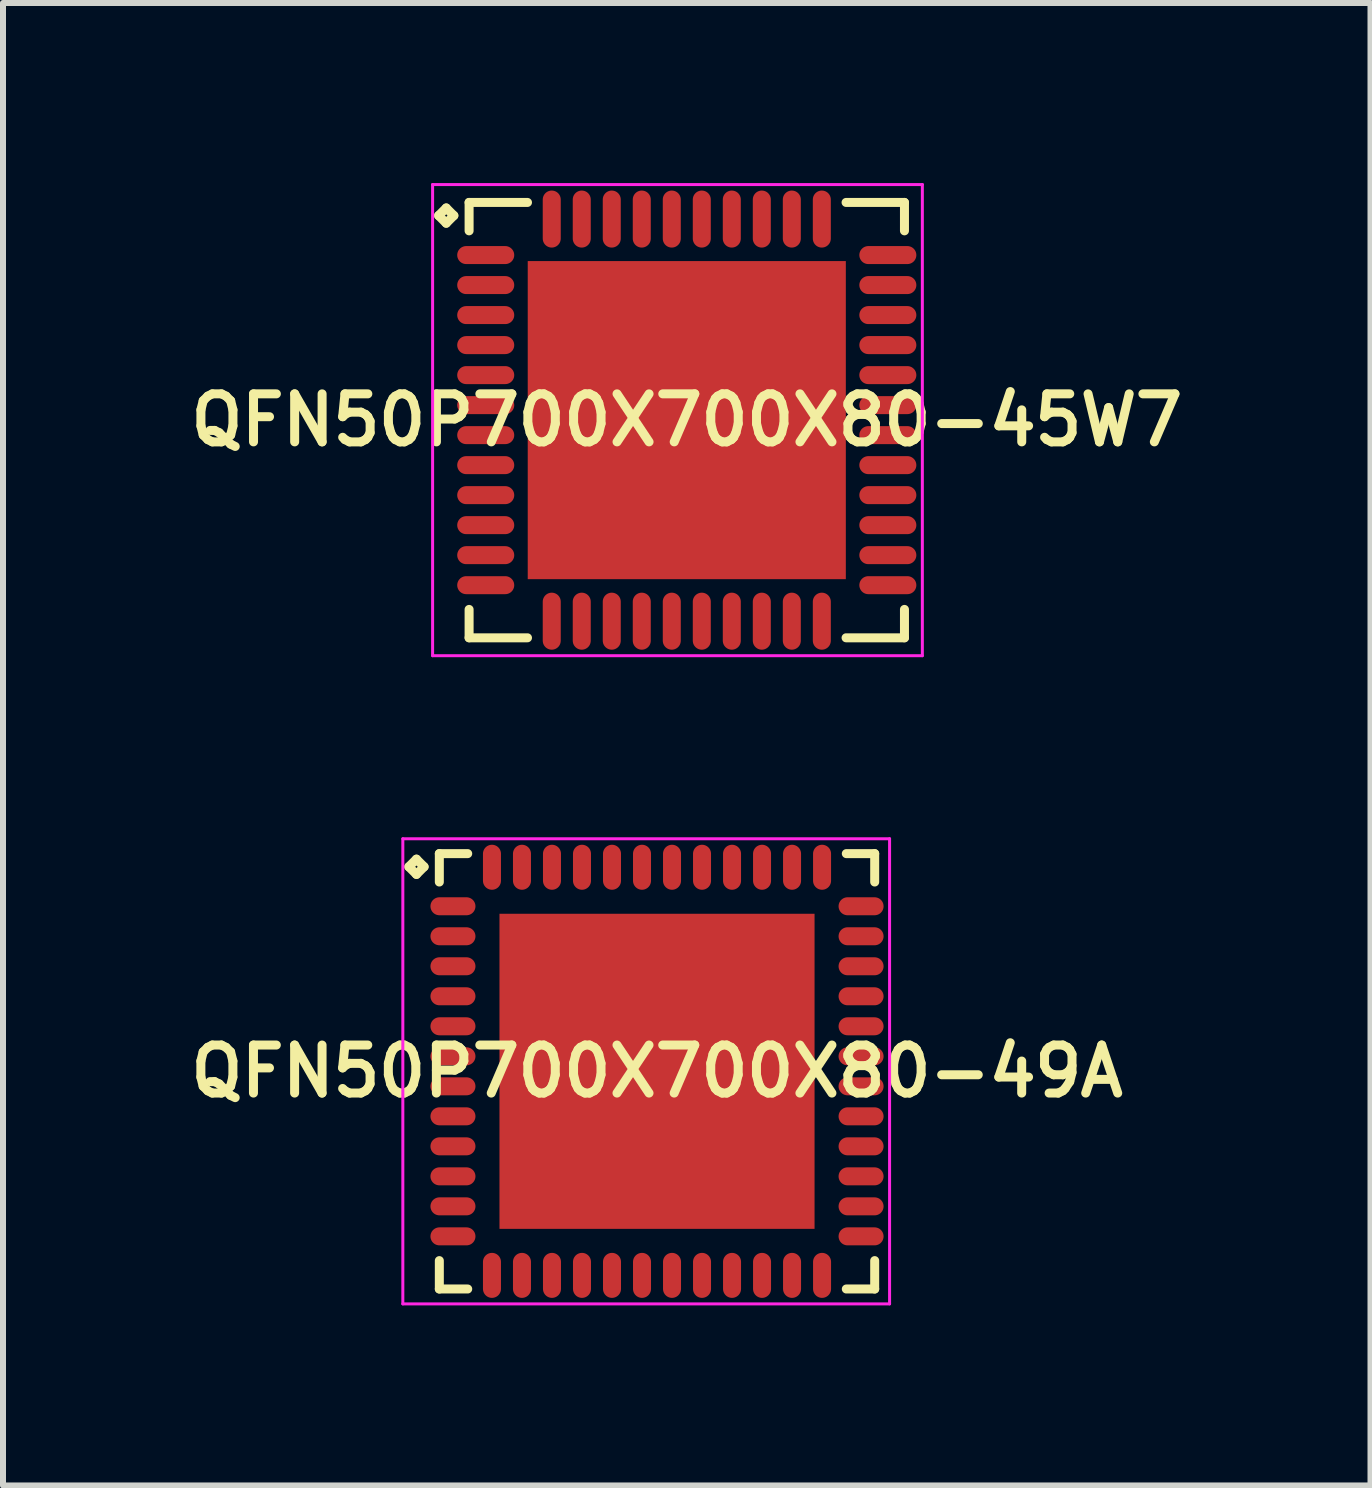
<source format=kicad_pcb>
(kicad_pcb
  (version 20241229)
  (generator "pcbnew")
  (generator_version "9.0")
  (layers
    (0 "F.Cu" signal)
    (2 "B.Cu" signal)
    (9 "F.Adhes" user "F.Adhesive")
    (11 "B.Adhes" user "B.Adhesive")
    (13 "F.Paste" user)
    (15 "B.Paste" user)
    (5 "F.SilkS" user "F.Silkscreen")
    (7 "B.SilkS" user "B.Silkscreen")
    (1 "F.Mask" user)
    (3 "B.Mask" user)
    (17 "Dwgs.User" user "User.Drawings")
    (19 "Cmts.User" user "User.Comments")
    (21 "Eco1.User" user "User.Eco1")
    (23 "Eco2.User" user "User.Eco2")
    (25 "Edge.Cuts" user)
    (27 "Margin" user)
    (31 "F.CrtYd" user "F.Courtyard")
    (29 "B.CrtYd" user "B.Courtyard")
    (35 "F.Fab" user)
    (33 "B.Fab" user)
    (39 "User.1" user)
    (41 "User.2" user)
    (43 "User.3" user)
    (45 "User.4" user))
  (footprint "QFN50P700X700X80-45W7"
    (layer "F.Cu")
    (at 8.393 3.95)
    (property "Reference" "QFN50P700X700X80-45W7" (at 0 0 0) (layer "F.SilkS") (effects (font (size 0.8 0.8) (thickness 0.15))))
    (attr smd)
    (fp_line (start -4.135 -3.408) (end -4.008 -3.535) (stroke (width 0.15) (type solid)) (layer "F.SilkS"))
    (fp_line (start -4.008 -3.535) (end -3.881 -3.408) (stroke (width 0.15) (type solid)) (layer "F.SilkS"))
    (fp_line (start -4.008 -3.281) (end -4.135 -3.408) (stroke (width 0.15) (type solid)) (layer "F.SilkS"))
    (fp_line (start -3.881 -3.408) (end -4.008 -3.281) (stroke (width 0.15) (type solid)) (layer "F.SilkS"))
    (fp_line (start -3.627 -3.627) (end -2.654 -3.627) (stroke (width 0.15) (type solid)) (layer "F.SilkS"))
    (fp_line (start -3.627 -3.154) (end -3.627 -3.627) (stroke (width 0.15) (type solid)) (layer "F.SilkS"))
    (fp_line (start -3.627 3.154) (end -3.627 3.627) (stroke (width 0.15) (type solid)) (layer "F.SilkS"))
    (fp_line (start -3.627 3.627) (end -2.654 3.627) (stroke (width 0.15) (type solid)) (layer "F.SilkS"))
    (fp_line (start 2.654 -3.627) (end 3.627 -3.627) (stroke (width 0.15) (type solid)) (layer "F.SilkS"))
    (fp_line (start 2.654 3.627) (end 3.627 3.627) (stroke (width 0.15) (type solid)) (layer "F.SilkS"))
    (fp_line (start 3.627 -3.627) (end 3.627 -3.154) (stroke (width 0.15) (type solid)) (layer "F.SilkS"))
    (fp_line (start 3.627 3.627) (end 3.627 3.154) (stroke (width 0.15) (type solid)) (layer "F.SilkS"))
    (fp_line (start -4.235 -3.925) (end 3.925 -3.925) (stroke (width 0.05) (type solid)) (layer "F.CrtYd"))
    (fp_line (start -4.235 3.925) (end -4.235 -3.925) (stroke (width 0.05) (type solid)) (layer "F.CrtYd"))
    (fp_line (start 3.925 -3.925) (end 3.925 3.925) (stroke (width 0.05) (type solid)) (layer "F.CrtYd"))
    (fp_line (start 3.925 3.925) (end -4.235 3.925) (stroke (width 0.05) (type solid)) (layer "F.CrtYd"))
    (pad "1" smd oval (at -3.35 -2.75) (size 0.95 0.3) (layers "F.Cu" "F.Mask" "F.Paste"))
    (pad "2" smd oval (at -3.35 -2.25) (size 0.95 0.3) (layers "F.Cu" "F.Mask" "F.Paste"))
    (pad "3" smd oval (at -3.35 -1.75) (size 0.95 0.3) (layers "F.Cu" "F.Mask" "F.Paste"))
    (pad "4" smd oval (at -3.35 -1.25) (size 0.95 0.3) (layers "F.Cu" "F.Mask" "F.Paste"))
    (pad "5" smd oval (at -3.35 -0.75) (size 0.95 0.3) (layers "F.Cu" "F.Mask" "F.Paste"))
    (pad "6" smd oval (at -3.35 -0.25) (size 0.95 0.3) (layers "F.Cu" "F.Mask" "F.Paste"))
    (pad "7" smd oval (at -3.35 0.25) (size 0.95 0.3) (layers "F.Cu" "F.Mask" "F.Paste"))
    (pad "8" smd oval (at -3.35 0.75) (size 0.95 0.3) (layers "F.Cu" "F.Mask" "F.Paste"))
    (pad "9" smd oval (at -3.35 1.25) (size 0.95 0.3) (layers "F.Cu" "F.Mask" "F.Paste"))
    (pad "10" smd oval (at -3.35 1.75) (size 0.95 0.3) (layers "F.Cu" "F.Mask" "F.Paste"))
    (pad "11" smd oval (at -3.35 2.25) (size 0.95 0.3) (layers "F.Cu" "F.Mask" "F.Paste"))
    (pad "12" smd oval (at -3.35 2.75) (size 0.95 0.3) (layers "F.Cu" "F.Mask" "F.Paste"))
    (pad "13" smd oval (at -2.25 3.35) (size 0.3 0.95) (layers "F.Cu" "F.Mask" "F.Paste"))
    (pad "14" smd oval (at -1.75 3.35) (size 0.3 0.95) (layers "F.Cu" "F.Mask" "F.Paste"))
    (pad "15" smd oval (at -1.25 3.35) (size 0.3 0.95) (layers "F.Cu" "F.Mask" "F.Paste"))
    (pad "16" smd oval (at -0.75 3.35) (size 0.3 0.95) (layers "F.Cu" "F.Mask" "F.Paste"))
    (pad "17" smd oval (at -0.25 3.35) (size 0.3 0.95) (layers "F.Cu" "F.Mask" "F.Paste"))
    (pad "18" smd oval (at 0.25 3.35) (size 0.3 0.95) (layers "F.Cu" "F.Mask" "F.Paste"))
    (pad "19" smd oval (at 0.75 3.35) (size 0.3 0.95) (layers "F.Cu" "F.Mask" "F.Paste"))
    (pad "20" smd oval (at 1.25 3.35) (size 0.3 0.95) (layers "F.Cu" "F.Mask" "F.Paste"))
    (pad "21" smd oval (at 1.75 3.35) (size 0.3 0.95) (layers "F.Cu" "F.Mask" "F.Paste"))
    (pad "22" smd oval (at 2.25 3.35) (size 0.3 0.95) (layers "F.Cu" "F.Mask" "F.Paste"))
    (pad "23" smd oval (at 3.35 2.75) (size 0.95 0.3) (layers "F.Cu" "F.Mask" "F.Paste"))
    (pad "24" smd oval (at 3.35 2.25) (size 0.95 0.3) (layers "F.Cu" "F.Mask" "F.Paste"))
    (pad "25" smd oval (at 3.35 1.75) (size 0.95 0.3) (layers "F.Cu" "F.Mask" "F.Paste"))
    (pad "26" smd oval (at 3.35 1.25) (size 0.95 0.3) (layers "F.Cu" "F.Mask" "F.Paste"))
    (pad "27" smd oval (at 3.35 0.75) (size 0.95 0.3) (layers "F.Cu" "F.Mask" "F.Paste"))
    (pad "28" smd oval (at 3.35 0.25) (size 0.95 0.3) (layers "F.Cu" "F.Mask" "F.Paste"))
    (pad "29" smd oval (at 3.35 -0.25) (size 0.95 0.3) (layers "F.Cu" "F.Mask" "F.Paste"))
    (pad "30" smd oval (at 3.35 -0.75) (size 0.95 0.3) (layers "F.Cu" "F.Mask" "F.Paste"))
    (pad "31" smd oval (at 3.35 -1.25) (size 0.95 0.3) (layers "F.Cu" "F.Mask" "F.Paste"))
    (pad "32" smd oval (at 3.35 -1.75) (size 0.95 0.3) (layers "F.Cu" "F.Mask" "F.Paste"))
    (pad "33" smd oval (at 3.35 -2.25) (size 0.95 0.3) (layers "F.Cu" "F.Mask" "F.Paste"))
    (pad "34" smd oval (at 3.35 -2.75) (size 0.95 0.3) (layers "F.Cu" "F.Mask" "F.Paste"))
    (pad "35" smd oval (at 2.25 -3.35) (size 0.3 0.95) (layers "F.Cu" "F.Mask" "F.Paste"))
    (pad "36" smd oval (at 1.75 -3.35) (size 0.3 0.95) (layers "F.Cu" "F.Mask" "F.Paste"))
    (pad "37" smd oval (at 1.25 -3.35) (size 0.3 0.95) (layers "F.Cu" "F.Mask" "F.Paste"))
    (pad "38" smd oval (at 0.75 -3.35) (size 0.3 0.95) (layers "F.Cu" "F.Mask" "F.Paste"))
    (pad "39" smd oval (at 0.25 -3.35) (size 0.3 0.95) (layers "F.Cu" "F.Mask" "F.Paste"))
    (pad "40" smd oval (at -0.25 -3.35) (size 0.3 0.95) (layers "F.Cu" "F.Mask" "F.Paste"))
    (pad "41" smd oval (at -0.75 -3.35) (size 0.3 0.95) (layers "F.Cu" "F.Mask" "F.Paste"))
    (pad "42" smd oval (at -1.25 -3.35) (size 0.3 0.95) (layers "F.Cu" "F.Mask" "F.Paste"))
    (pad "43" smd oval (at -1.75 -3.35) (size 0.3 0.95) (layers "F.Cu" "F.Mask" "F.Paste"))
    (pad "44" smd oval (at -2.25 -3.35) (size 0.3 0.95) (layers "F.Cu" "F.Mask" "F.Paste"))
    (pad "45" smd rect (at 0 0) (size 5.3 5.3) (layers "F.Cu" "F.Mask" "F.Paste")))
  (footprint "QFN50P700X700X80-49A"
    (layer "F.Cu")
    (at 7.897 14.8)
    (property "Reference" "QFN50P700X700X80-49A" (at 0 0 0) (layer "F.SilkS") (effects (font (size 0.8 0.8) (thickness 0.15))))
    (attr smd)
    (fp_line (start -4.135 -3.408) (end -4.008 -3.535) (stroke (width 0.15) (type solid)) (layer "F.SilkS"))
    (fp_line (start -4.008 -3.535) (end -3.881 -3.408) (stroke (width 0.15) (type solid)) (layer "F.SilkS"))
    (fp_line (start -4.008 -3.281) (end -4.135 -3.408) (stroke (width 0.15) (type solid)) (layer "F.SilkS"))
    (fp_line (start -3.881 -3.408) (end -4.008 -3.281) (stroke (width 0.15) (type solid)) (layer "F.SilkS"))
    (fp_line (start -3.627 -3.627) (end -3.154 -3.627) (stroke (width 0.15) (type solid)) (layer "F.SilkS"))
    (fp_line (start -3.627 -3.154) (end -3.627 -3.627) (stroke (width 0.15) (type solid)) (layer "F.SilkS"))
    (fp_line (start -3.627 3.154) (end -3.627 3.627) (stroke (width 0.15) (type solid)) (layer "F.SilkS"))
    (fp_line (start -3.627 3.627) (end -3.154 3.627) (stroke (width 0.15) (type solid)) (layer "F.SilkS"))
    (fp_line (start 3.154 -3.627) (end 3.627 -3.627) (stroke (width 0.15) (type solid)) (layer "F.SilkS"))
    (fp_line (start 3.154 3.627) (end 3.627 3.627) (stroke (width 0.15) (type solid)) (layer "F.SilkS"))
    (fp_line (start 3.627 -3.627) (end 3.627 -3.154) (stroke (width 0.15) (type solid)) (layer "F.SilkS"))
    (fp_line (start 3.627 3.627) (end 3.627 3.154) (stroke (width 0.15) (type solid)) (layer "F.SilkS"))
    (fp_line (start -4.235 -3.875) (end 3.875 -3.875) (stroke (width 0.05) (type solid)) (layer "F.CrtYd"))
    (fp_line (start -4.235 3.875) (end -4.235 -3.875) (stroke (width 0.05) (type solid)) (layer "F.CrtYd"))
    (fp_line (start 3.875 -3.875) (end 3.875 3.875) (stroke (width 0.05) (type solid)) (layer "F.CrtYd"))
    (fp_line (start 3.875 3.875) (end -4.235 3.875) (stroke (width 0.05) (type solid)) (layer "F.CrtYd"))
    (pad "1" smd oval (at -3.4 -2.75) (size 0.75 0.3) (layers "F.Cu" "F.Mask" "F.Paste"))
    (pad "2" smd oval (at -3.4 -2.25) (size 0.75 0.3) (layers "F.Cu" "F.Mask" "F.Paste"))
    (pad "3" smd oval (at -3.4 -1.75) (size 0.75 0.3) (layers "F.Cu" "F.Mask" "F.Paste"))
    (pad "4" smd oval (at -3.4 -1.25) (size 0.75 0.3) (layers "F.Cu" "F.Mask" "F.Paste"))
    (pad "5" smd oval (at -3.4 -0.75) (size 0.75 0.3) (layers "F.Cu" "F.Mask" "F.Paste"))
    (pad "6" smd oval (at -3.4 -0.25) (size 0.75 0.3) (layers "F.Cu" "F.Mask" "F.Paste"))
    (pad "7" smd oval (at -3.4 0.25) (size 0.75 0.3) (layers "F.Cu" "F.Mask" "F.Paste"))
    (pad "8" smd oval (at -3.4 0.75) (size 0.75 0.3) (layers "F.Cu" "F.Mask" "F.Paste"))
    (pad "9" smd oval (at -3.4 1.25) (size 0.75 0.3) (layers "F.Cu" "F.Mask" "F.Paste"))
    (pad "10" smd oval (at -3.4 1.75) (size 0.75 0.3) (layers "F.Cu" "F.Mask" "F.Paste"))
    (pad "11" smd oval (at -3.4 2.25) (size 0.75 0.3) (layers "F.Cu" "F.Mask" "F.Paste"))
    (pad "12" smd oval (at -3.4 2.75) (size 0.75 0.3) (layers "F.Cu" "F.Mask" "F.Paste"))
    (pad "13" smd oval (at -2.75 3.4) (size 0.3 0.75) (layers "F.Cu" "F.Mask" "F.Paste"))
    (pad "14" smd oval (at -2.25 3.4) (size 0.3 0.75) (layers "F.Cu" "F.Mask" "F.Paste"))
    (pad "15" smd oval (at -1.75 3.4) (size 0.3 0.75) (layers "F.Cu" "F.Mask" "F.Paste"))
    (pad "16" smd oval (at -1.25 3.4) (size 0.3 0.75) (layers "F.Cu" "F.Mask" "F.Paste"))
    (pad "17" smd oval (at -0.75 3.4) (size 0.3 0.75) (layers "F.Cu" "F.Mask" "F.Paste"))
    (pad "18" smd oval (at -0.25 3.4) (size 0.3 0.75) (layers "F.Cu" "F.Mask" "F.Paste"))
    (pad "19" smd oval (at 0.25 3.4) (size 0.3 0.75) (layers "F.Cu" "F.Mask" "F.Paste"))
    (pad "20" smd oval (at 0.75 3.4) (size 0.3 0.75) (layers "F.Cu" "F.Mask" "F.Paste"))
    (pad "21" smd oval (at 1.25 3.4) (size 0.3 0.75) (layers "F.Cu" "F.Mask" "F.Paste"))
    (pad "22" smd oval (at 1.75 3.4) (size 0.3 0.75) (layers "F.Cu" "F.Mask" "F.Paste"))
    (pad "23" smd oval (at 2.25 3.4) (size 0.3 0.75) (layers "F.Cu" "F.Mask" "F.Paste"))
    (pad "24" smd oval (at 2.75 3.4) (size 0.3 0.75) (layers "F.Cu" "F.Mask" "F.Paste"))
    (pad "25" smd oval (at 3.4 2.75) (size 0.75 0.3) (layers "F.Cu" "F.Mask" "F.Paste"))
    (pad "26" smd oval (at 3.4 2.25) (size 0.75 0.3) (layers "F.Cu" "F.Mask" "F.Paste"))
    (pad "27" smd oval (at 3.4 1.75) (size 0.75 0.3) (layers "F.Cu" "F.Mask" "F.Paste"))
    (pad "28" smd oval (at 3.4 1.25) (size 0.75 0.3) (layers "F.Cu" "F.Mask" "F.Paste"))
    (pad "29" smd oval (at 3.4 0.75) (size 0.75 0.3) (layers "F.Cu" "F.Mask" "F.Paste"))
    (pad "30" smd oval (at 3.4 0.25) (size 0.75 0.3) (layers "F.Cu" "F.Mask" "F.Paste"))
    (pad "31" smd oval (at 3.4 -0.25) (size 0.75 0.3) (layers "F.Cu" "F.Mask" "F.Paste"))
    (pad "32" smd oval (at 3.4 -0.75) (size 0.75 0.3) (layers "F.Cu" "F.Mask" "F.Paste"))
    (pad "33" smd oval (at 3.4 -1.25) (size 0.75 0.3) (layers "F.Cu" "F.Mask" "F.Paste"))
    (pad "34" smd oval (at 3.4 -1.75) (size 0.75 0.3) (layers "F.Cu" "F.Mask" "F.Paste"))
    (pad "35" smd oval (at 3.4 -2.25) (size 0.75 0.3) (layers "F.Cu" "F.Mask" "F.Paste"))
    (pad "36" smd oval (at 3.4 -2.75) (size 0.75 0.3) (layers "F.Cu" "F.Mask" "F.Paste"))
    (pad "37" smd oval (at 2.75 -3.4) (size 0.3 0.75) (layers "F.Cu" "F.Mask" "F.Paste"))
    (pad "38" smd oval (at 2.25 -3.4) (size 0.3 0.75) (layers "F.Cu" "F.Mask" "F.Paste"))
    (pad "39" smd oval (at 1.75 -3.4) (size 0.3 0.75) (layers "F.Cu" "F.Mask" "F.Paste"))
    (pad "40" smd oval (at 1.25 -3.4) (size 0.3 0.75) (layers "F.Cu" "F.Mask" "F.Paste"))
    (pad "41" smd oval (at 0.75 -3.4) (size 0.3 0.75) (layers "F.Cu" "F.Mask" "F.Paste"))
    (pad "42" smd oval (at 0.25 -3.4) (size 0.3 0.75) (layers "F.Cu" "F.Mask" "F.Paste"))
    (pad "43" smd oval (at -0.25 -3.4) (size 0.3 0.75) (layers "F.Cu" "F.Mask" "F.Paste"))
    (pad "44" smd oval (at -0.75 -3.4) (size 0.3 0.75) (layers "F.Cu" "F.Mask" "F.Paste"))
    (pad "45" smd oval (at -1.25 -3.4) (size 0.3 0.75) (layers "F.Cu" "F.Mask" "F.Paste"))
    (pad "46" smd oval (at -1.75 -3.4) (size 0.3 0.75) (layers "F.Cu" "F.Mask" "F.Paste"))
    (pad "47" smd oval (at -2.25 -3.4) (size 0.3 0.75) (layers "F.Cu" "F.Mask" "F.Paste"))
    (pad "48" smd oval (at -2.75 -3.4) (size 0.3 0.75) (layers "F.Cu" "F.Mask" "F.Paste"))
    (pad "49" smd rect (at 0 0) (size 5.25 5.25) (layers "F.Cu" "F.Mask" "F.Paste")))
  (gr_rect
    (start -3 -3)
    (end 19.785 21.7)
    (stroke (width 0.1) (type default))
    (fill no)
    (layer "Edge.Cuts")))
</source>
